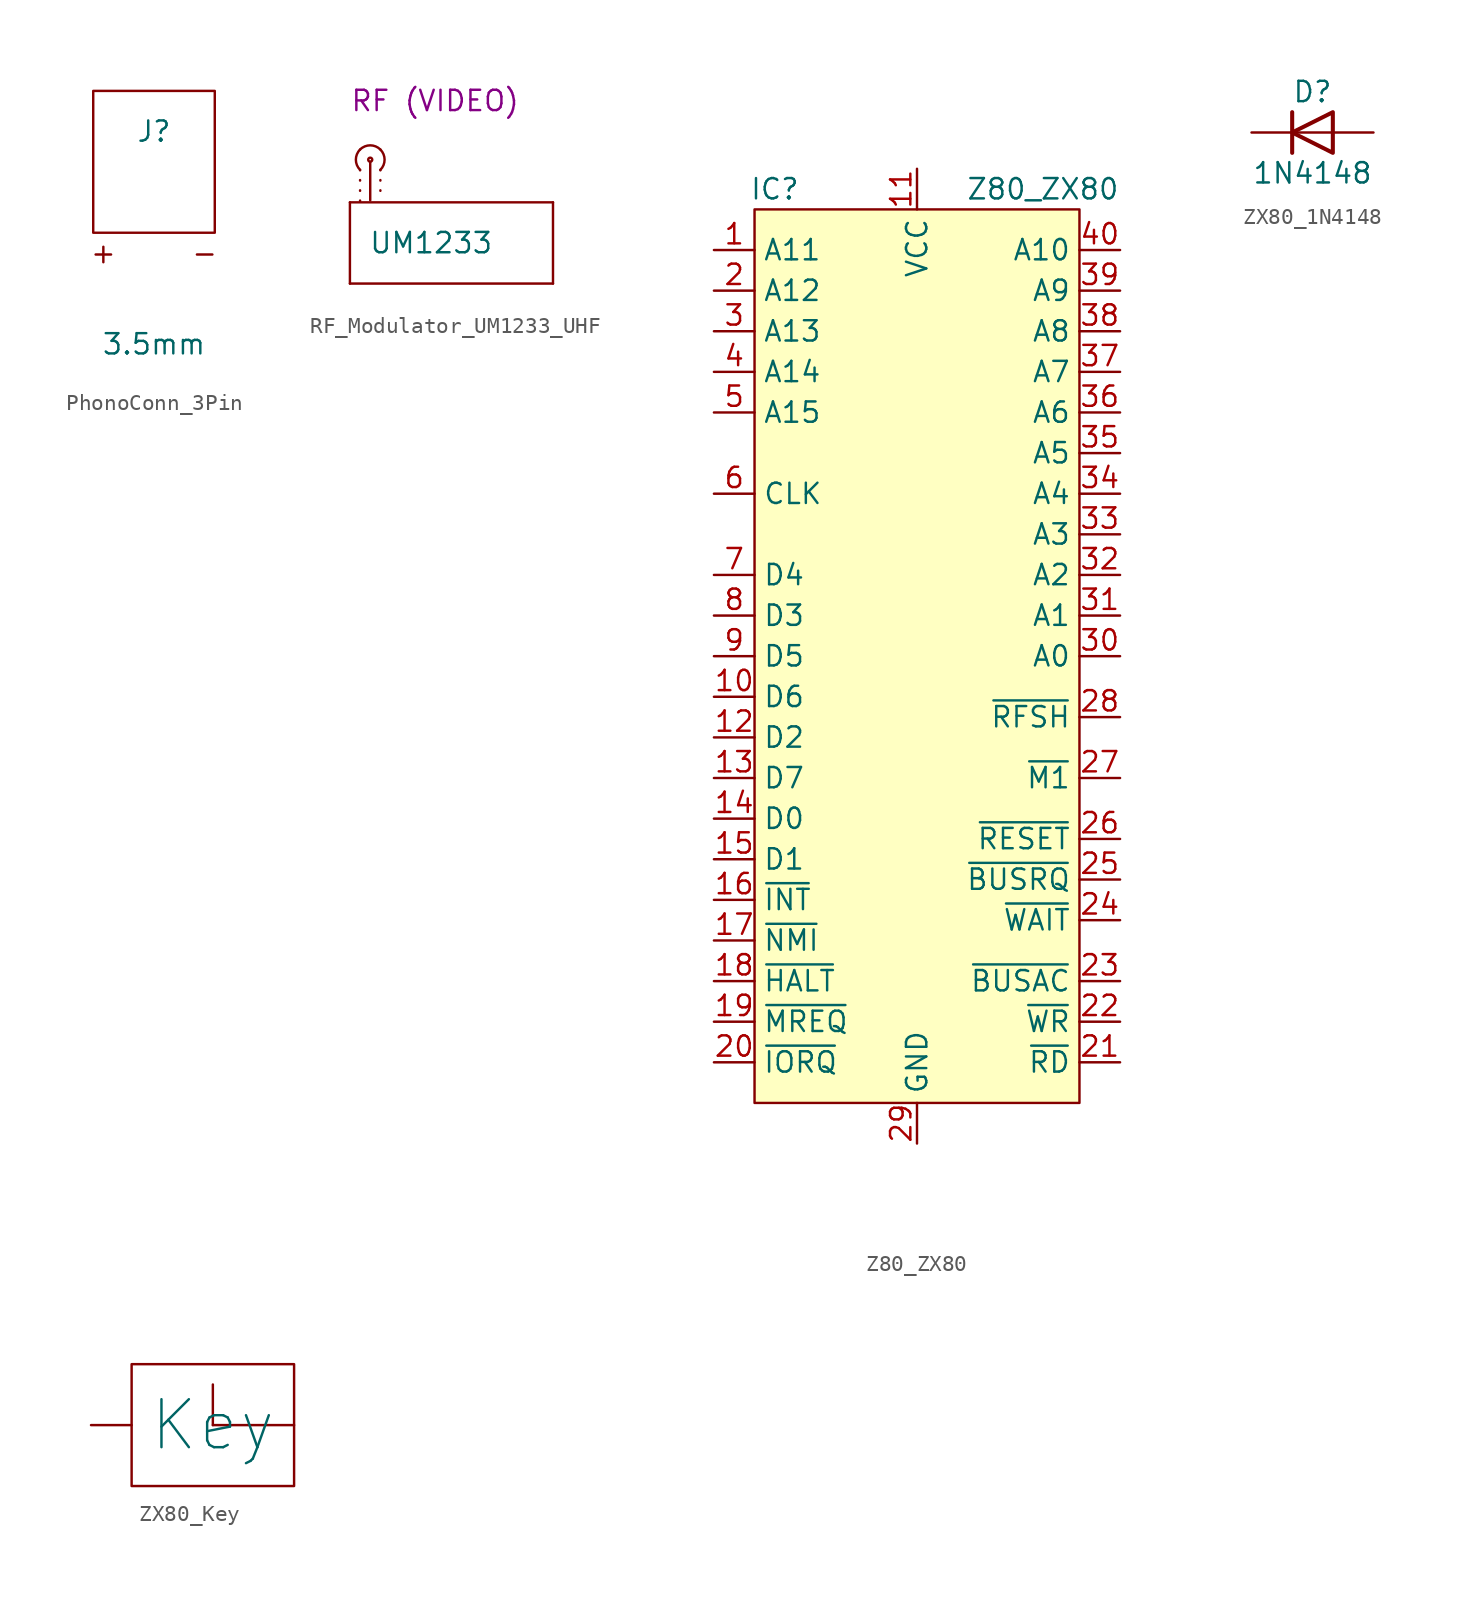
<source format=kicad_sym>
(kicad_symbol_lib
  (version 20220914)
  (generator kicad_symbol_editor)
  (symbol "PhonoConn_3Pin"
    (pin_numbers hide)
    (pin_names
      (offset 0))
    (property "Reference" "J"
      (at 0 -2.54 0)
      (effects (font (size 1.27 1.27))))
    (property "Value" "3.5mm"
      (at 0 -15.875 0)
      (effects (font (size 1.27 1.27))))
    (symbol "PhonoConn_3Pin_0_1"
      (rectangle (start -3.81 0) (end 3.81 -8.89) (stroke (width 0) (type default)) (fill (type none))))
    (symbol "PhonoConn_3Pin_1_0"
      (pin power_in line (at 1.27 -8.89 270) (length 2.54) hide (name "RING" (effects (font (size 1.27 1.27)))) (number "R" (effects (font (size 1.27 1.27)))))
      (pin power_in line (at -1.27 -8.89 270) (length 2.54) hide (name "TIP" (effects (font (size 1.27 1.27)))) (number "T" (effects (font (size 1.27 1.27))))))
    (symbol "PhonoConn_3Pin_1_1"
      (text "+" (at -3.175 -10.16 0) (effects (font (size 1.27 1.27))))
      (text "-" (at 3.175 -10.16 0) (effects (font (size 1.27 1.27))))
      (pin passive line (at 1.27 -8.89 90) (length 2.54) hide (name "SLEEVE" (effects (font (size 1.27 1.27)))) (number "S" (effects (font (size 1.27 1.27)))))))
  (symbol "RF_Modulator_UM1233_UHF"
    (pin_numbers hide)
    (pin_names hide)
    (property "Reference" "RF_MODULATOR"
      (at 0 -16.51 0)
      (effects (font (size 1.27 1.27)) hide))
    (property "Value" "UM1233"
      (at -2.54 -2.54 0)
      (effects (font (size 1.27 1.27))))
    (property "Text" "RF (VIDEO)"
      (at -7.62 6.35 0)
      (effects (font (size 1.27 1.27)) (justify left)))
    (symbol "RF_Modulator_UM1233_UHF_0_1"
      (arc (start -6.9849 3.302) (mid -7.2479 2.667) (end -6.9849 2.032) (stroke (width 0) (type default)) (fill (type none)))
      (circle (center -6.35 2.667) (radius 0.127) (stroke (width 0) (type default)) (fill (type none)))
      (arc (start -5.7149 2.032) (mid -5.4519 2.667) (end -5.7149 3.302) (stroke (width 0) (type default)) (fill (type none)))
      (arc (start -5.7149 3.302) (mid -6.3499 3.565) (end -6.9849 3.302) (stroke (width 0) (type default)) (fill (type none)))
      (polyline (pts (xy -7.62 -5.08) (xy 5.08 -5.08)) (stroke (width 0) (type default)) (fill (type none)))
      (polyline (pts (xy -7.62 0) (xy -7.62 -5.08)) (stroke (width 0) (type default)) (fill (type none)))
      (polyline (pts (xy -7.62 0) (xy 5.08 0)) (stroke (width 0) (type default)) (fill (type none)))
      (polyline (pts (xy -6.35 2.54) (xy -6.35 0.127)) (stroke (width 0) (type default)) (fill (type none)))
      (polyline (pts (xy 5.08 0) (xy 5.08 -5.08)) (stroke (width 0) (type default)) (fill (type none))))
    (symbol "RF_Modulator_UM1233_UHF_1_1"
      (polyline (pts (xy -6.985 2.032) (xy -6.985 0)) (stroke (width 0) (type dot)) (fill (type none)))
      (polyline (pts (xy -5.715 2.032) (xy -5.715 0.381)) (stroke (width 0) (type dot)) (fill (type none)))
      (pin power_in line (at 2.54 0 270) (length 2.54) hide (name "5V" (effects (font (size 1.27 1.27)))) (number "1" (effects (font (size 1.27 1.27)))))
      (pin power_in line (at 2.54 -5.08 90) (length 2.54) hide (name "0V" (effects (font (size 1.27 1.27)))) (number "2" (effects (font (size 1.27 1.27)))))
      (pin passive line (at 5.08 -2.54 180) (length 2.54) hide (name "VIDEO" (effects (font (size 1.27 1.27)))) (number "3" (effects (font (size 1.27 1.27)))))))
  (symbol "Z80_ZX80"
    (property "Reference" "IC"
      (at -8.89 29.21 0)
      (effects (font (size 1.27 1.27))))
    (property "Value" "Z80_ZX80"
      (at 7.874 29.21 0)
      (effects (font (size 1.27 1.27))))
    (symbol "Z80_ZX80_0_1"
      (rectangle (start -10.16 27.94) (end 10.16 -27.94) (stroke (width 0) (type solid)) (fill (type background))))
    (symbol "Z80_ZX80_1_1"
      (pin output line (at -12.7 25.4 0) (length 2.54) (name "A11" (effects (font (size 1.27 1.27)))) (number "1" (effects (font (size 1.27 1.27)))))
      (pin bidirectional line (at -12.7 -2.54 0) (length 2.54) (name "D6" (effects (font (size 1.27 1.27)))) (number "10" (effects (font (size 1.27 1.27)))))
      (pin power_in line (at 0 30.48 270) (length 2.54) (name "VCC" (effects (font (size 1.27 1.27)))) (number "11" (effects (font (size 1.27 1.27)))))
      (pin bidirectional line (at -12.7 -5.08 0) (length 2.54) (name "D2" (effects (font (size 1.27 1.27)))) (number "12" (effects (font (size 1.27 1.27)))))
      (pin bidirectional line (at -12.7 -7.62 0) (length 2.54) (name "D7" (effects (font (size 1.27 1.27)))) (number "13" (effects (font (size 1.27 1.27)))))
      (pin bidirectional line (at -12.7 -10.16 0) (length 2.54) (name "D0" (effects (font (size 1.27 1.27)))) (number "14" (effects (font (size 1.27 1.27)))))
      (pin bidirectional line (at -12.7 -12.7 0) (length 2.54) (name "D1" (effects (font (size 1.27 1.27)))) (number "15" (effects (font (size 1.27 1.27)))))
      (pin input line (at -12.7 -15.24 0) (length 2.54) (name "~{INT}" (effects (font (size 1.27 1.27)))) (number "16" (effects (font (size 1.27 1.27)))))
      (pin input line (at -12.7 -17.78 0) (length 2.54) (name "~{NMI}" (effects (font (size 1.27 1.27)))) (number "17" (effects (font (size 1.27 1.27)))))
      (pin output line (at -12.7 -20.32 0) (length 2.54) (name "~{HALT}" (effects (font (size 1.27 1.27)))) (number "18" (effects (font (size 1.27 1.27)))))
      (pin output line (at -12.7 -22.86 0) (length 2.54) (name "~{MREQ}" (effects (font (size 1.27 1.27)))) (number "19" (effects (font (size 1.27 1.27)))))
      (pin output line (at -12.7 22.86 0) (length 2.54) (name "A12" (effects (font (size 1.27 1.27)))) (number "2" (effects (font (size 1.27 1.27)))))
      (pin output line (at -12.7 -25.4 0) (length 2.54) (name "~{IORQ}" (effects (font (size 1.27 1.27)))) (number "20" (effects (font (size 1.27 1.27)))))
      (pin output line (at 12.7 -25.4 180) (length 2.54) (name "~{RD}" (effects (font (size 1.27 1.27)))) (number "21" (effects (font (size 1.27 1.27)))))
      (pin output line (at 12.7 -22.86 180) (length 2.54) (name "~{WR}" (effects (font (size 1.27 1.27)))) (number "22" (effects (font (size 1.27 1.27)))))
      (pin output line (at 12.7 -20.32 180) (length 2.54) (name "~{BUSAC}" (effects (font (size 1.27 1.27)))) (number "23" (effects (font (size 1.27 1.27)))))
      (pin input line (at 12.7 -16.51 180) (length 2.54) (name "~{WAIT}" (effects (font (size 1.27 1.27)))) (number "24" (effects (font (size 1.27 1.27)))))
      (pin input line (at 12.7 -13.97 180) (length 2.54) (name "~{BUSRQ}" (effects (font (size 1.27 1.27)))) (number "25" (effects (font (size 1.27 1.27)))))
      (pin input line (at 12.7 -11.43 180) (length 2.54) (name "~{RESET}" (effects (font (size 1.27 1.27)))) (number "26" (effects (font (size 1.27 1.27)))))
      (pin output line (at 12.7 -7.62 180) (length 2.54) (name "~{M1}" (effects (font (size 1.27 1.27)))) (number "27" (effects (font (size 1.27 1.27)))))
      (pin output line (at 12.7 -3.81 180) (length 2.54) (name "~{RFSH}" (effects (font (size 1.27 1.27)))) (number "28" (effects (font (size 1.27 1.27)))))
      (pin power_in line (at 0 -30.48 90) (length 2.54) (name "GND" (effects (font (size 1.27 1.27)))) (number "29" (effects (font (size 1.27 1.27)))))
      (pin output line (at -12.7 20.32 0) (length 2.54) (name "A13" (effects (font (size 1.27 1.27)))) (number "3" (effects (font (size 1.27 1.27)))))
      (pin output line (at 12.7 0 180) (length 2.54) (name "A0" (effects (font (size 1.27 1.27)))) (number "30" (effects (font (size 1.27 1.27)))))
      (pin output line (at 12.7 2.54 180) (length 2.54) (name "A1" (effects (font (size 1.27 1.27)))) (number "31" (effects (font (size 1.27 1.27)))))
      (pin output line (at 12.7 5.08 180) (length 2.54) (name "A2" (effects (font (size 1.27 1.27)))) (number "32" (effects (font (size 1.27 1.27)))))
      (pin output line (at 12.7 7.62 180) (length 2.54) (name "A3" (effects (font (size 1.27 1.27)))) (number "33" (effects (font (size 1.27 1.27)))))
      (pin output line (at 12.7 10.16 180) (length 2.54) (name "A4" (effects (font (size 1.27 1.27)))) (number "34" (effects (font (size 1.27 1.27)))))
      (pin output line (at 12.7 12.7 180) (length 2.54) (name "A5" (effects (font (size 1.27 1.27)))) (number "35" (effects (font (size 1.27 1.27)))))
      (pin output line (at 12.7 15.24 180) (length 2.54) (name "A6" (effects (font (size 1.27 1.27)))) (number "36" (effects (font (size 1.27 1.27)))))
      (pin output line (at 12.7 17.78 180) (length 2.54) (name "A7" (effects (font (size 1.27 1.27)))) (number "37" (effects (font (size 1.27 1.27)))))
      (pin output line (at 12.7 20.32 180) (length 2.54) (name "A8" (effects (font (size 1.27 1.27)))) (number "38" (effects (font (size 1.27 1.27)))))
      (pin output line (at 12.7 22.86 180) (length 2.54) (name "A9" (effects (font (size 1.27 1.27)))) (number "39" (effects (font (size 1.27 1.27)))))
      (pin output line (at -12.7 17.78 0) (length 2.54) (name "A14" (effects (font (size 1.27 1.27)))) (number "4" (effects (font (size 1.27 1.27)))))
      (pin output line (at 12.7 25.4 180) (length 2.54) (name "A10" (effects (font (size 1.27 1.27)))) (number "40" (effects (font (size 1.27 1.27)))))
      (pin output line (at -12.7 15.24 0) (length 2.54) (name "A15" (effects (font (size 1.27 1.27)))) (number "5" (effects (font (size 1.27 1.27)))))
      (pin input line (at -12.7 10.16 0) (length 2.54) (name "CLK" (effects (font (size 1.27 1.27)))) (number "6" (effects (font (size 1.27 1.27)))))
      (pin bidirectional line (at -12.7 5.08 0) (length 2.54) (name "D4" (effects (font (size 1.27 1.27)))) (number "7" (effects (font (size 1.27 1.27)))))
      (pin bidirectional line (at -12.7 2.54 0) (length 2.54) (name "D3" (effects (font (size 1.27 1.27)))) (number "8" (effects (font (size 1.27 1.27)))))
      (pin bidirectional line (at -12.7 0 0) (length 2.54) (name "D5" (effects (font (size 1.27 1.27)))) (number "9" (effects (font (size 1.27 1.27)))))))
  (symbol "ZX80_1N4148"
    (pin_numbers hide)
    (pin_names hide)
    (property "Reference" "D"
      (at 0 2.54 0)
      (effects (font (size 1.27 1.27))))
    (property "Value" "1N4148"
      (at 0 -2.54 0)
      (effects (font (size 1.27 1.27))))
    (symbol "ZX80_1N4148_0_1"
      (polyline (pts (xy -1.27 1.27) (xy -1.27 -1.27)) (stroke (width 0.254) (type default)) (fill (type none)))
      (polyline (pts (xy 1.27 0) (xy -1.27 0)) (stroke (width 0) (type default)) (fill (type none)))
      (polyline (pts (xy 1.27 1.27) (xy 1.27 -1.27) (xy -1.27 0) (xy 1.27 1.27)) (stroke (width 0.254) (type default)) (fill (type none))))
    (symbol "ZX80_1N4148_1_1"
      (pin passive line (at 3.81 0 180) (length 2.54) (name "A" (effects (font (size 1.27 1.27)))) (number "1" (effects (font (size 1.27 1.27)))))
      (pin passive line (at -3.81 0 0) (length 2.54) (name "K" (effects (font (size 1.27 1.27)))) (number "2" (effects (font (size 1.27 1.27)))))))
  (symbol "ZX80_Key"
    (pin_numbers hide)
    (property "Reference" "SW"
      (at 0 0 0)
      (effects (font (size 1.27 1.27)) hide))
    (property "Value" "Key"
      (at 0 -5.08 0)
      (effects (font (size 3 3))))
    (symbol "ZX80_Key_0_1"
      (rectangle (start -5.08 -1.27) (end 5.08 -8.89) (stroke (width 0) (type default)) (fill (type none)))
      (polyline (pts (xy 0 -5.08) (xy 5.08 -5.08)) (stroke (width 0) (type default)) (fill (type none))))
    (symbol "ZX80_Key_1_1"
      (pin passive line (at -7.62 -5.08 0) (length 2.54) (name "" (effects (font (size 1.27 1.27)))) (number "1" (effects (font (size 1.27 1.27)))))
      (pin passive line (at 0 -2.54 270) (length 2.54) (name "" (effects (font (size 1.27 1.27)))) (number "2" (effects (font (size 1.27 1.27))))))))
</source>
